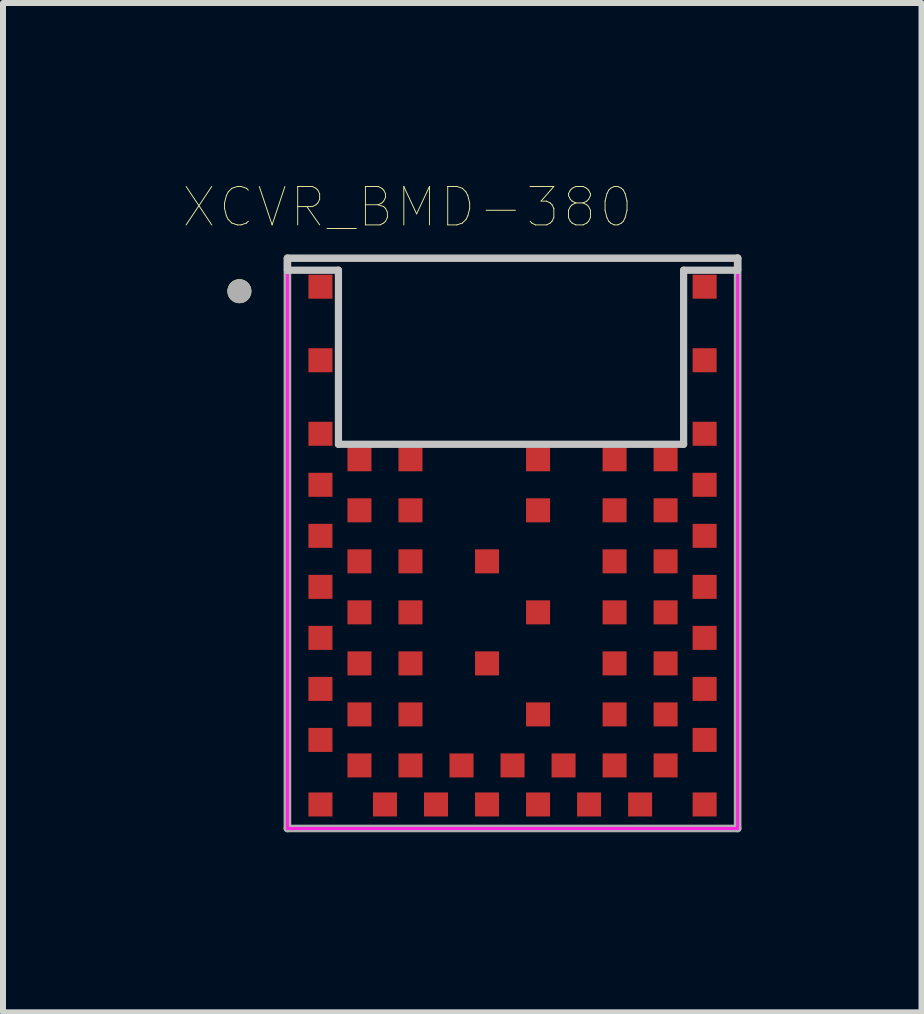
<source format=kicad_pcb>
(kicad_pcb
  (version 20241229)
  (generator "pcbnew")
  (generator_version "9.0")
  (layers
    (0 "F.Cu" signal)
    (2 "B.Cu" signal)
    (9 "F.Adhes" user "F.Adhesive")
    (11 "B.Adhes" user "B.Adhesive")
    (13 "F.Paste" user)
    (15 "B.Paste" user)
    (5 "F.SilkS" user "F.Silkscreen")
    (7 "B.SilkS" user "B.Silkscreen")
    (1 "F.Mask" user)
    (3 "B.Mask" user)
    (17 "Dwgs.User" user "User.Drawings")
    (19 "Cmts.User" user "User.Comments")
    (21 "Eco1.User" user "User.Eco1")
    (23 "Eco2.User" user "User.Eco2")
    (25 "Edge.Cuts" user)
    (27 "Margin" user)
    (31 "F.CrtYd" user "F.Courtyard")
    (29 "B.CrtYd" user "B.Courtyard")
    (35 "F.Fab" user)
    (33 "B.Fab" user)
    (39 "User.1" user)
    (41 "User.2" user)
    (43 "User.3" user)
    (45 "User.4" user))
  (footprint "XCVR_BMD-380"
    (layer "F.Cu")
    (at 5.488 6.001)
    (property "Reference" "XCVR_BMD-380" (at -1.75 -5.6 0) (layer "F.SilkS") (effects (font (size 0.64 0.64) (thickness 0.015))))
    (attr through_hole)
    (fp_line (start -3.75 -4.75) (end -3.75 4.75) (stroke (width 0.1) (type solid)) (layer "F.SilkS"))
    (fp_line (start -3.75 4.75) (end 3.75 4.75) (stroke (width 0.1) (type solid)) (layer "F.SilkS"))
    (fp_line (start 3.75 -4.75) (end -3.75 -4.75) (stroke (width 0.1) (type solid)) (layer "F.SilkS"))
    (fp_line (start 3.75 4.75) (end 3.75 -4.75) (stroke (width 0.1) (type solid)) (layer "F.SilkS"))
    (fp_circle (center -4.55 -4.2) (end -4.45 -4.2) (stroke (width 0.2) (type solid)) (fill no) (layer "F.SilkS"))
    (fp_line (start -3.75 -4.75) (end 3.75 -4.75) (stroke (width 0.02) (type solid)) (layer "Dwgs.User"))
    (fp_line (start -3.75 -4.55) (end -3.75 -4.7) (stroke (width 0.12) (type solid)) (layer "Dwgs.User"))
    (fp_line (start -2.9 -4.55) (end -3.75 -4.55) (stroke (width 0.12) (type solid)) (layer "Dwgs.User"))
    (fp_line (start -2.9 -1.65) (end -2.9 -4.55) (stroke (width 0.12) (type solid)) (layer "Dwgs.User"))
    (fp_line (start 2.85 -4.55) (end 2.85 -1.65) (stroke (width 0.12) (type solid)) (layer "Dwgs.User"))
    (fp_line (start 2.85 -1.65) (end -2.9 -1.65) (stroke (width 0.12) (type solid)) (layer "Dwgs.User"))
    (fp_line (start 3.75 -4.75) (end 3.75 -4.55) (stroke (width 0.12) (type solid)) (layer "Dwgs.User"))
    (fp_line (start 3.75 -4.55) (end 2.85 -4.55) (stroke (width 0.12) (type solid)) (layer "Dwgs.User"))
    (fp_poly (pts (xy 3.75 -4.55) (xy 2.85 -4.55) (xy 2.85 -1.65) (xy -2.9 -1.65) (xy -2.9 -4.55) (xy -3.75 -4.55) (xy -3.75 -4.75) (xy 3.75 -4.75)) (stroke (width 0.1) (type solid)) (fill no) (layer "Dwgs.User"))
    (fp_line (start -3.75 -4.75) (end 3.75 -4.75) (stroke (width 0.05) (type solid)) (layer "F.CrtYd"))
    (fp_line (start -3.75 4.75) (end -3.75 -4.75) (stroke (width 0.05) (type solid)) (layer "F.CrtYd"))
    (fp_line (start 3.75 -4.75) (end 3.75 4.75) (stroke (width 0.05) (type solid)) (layer "F.CrtYd"))
    (fp_line (start 3.75 4.75) (end -3.75 4.75) (stroke (width 0.05) (type solid)) (layer "F.CrtYd"))
    (fp_line (start -3.75 -4.75) (end -3.75 4.75) (stroke (width 0.127) (type solid)) (layer "F.Fab"))
    (fp_line (start -3.75 4.75) (end 3.75 4.75) (stroke (width 0.127) (type solid)) (layer "F.Fab"))
    (fp_line (start 3.75 -4.75) (end -3.75 -4.75) (stroke (width 0.127) (type solid)) (layer "F.Fab"))
    (fp_line (start 3.75 4.75) (end 3.75 -4.75) (stroke (width 0.127) (type solid)) (layer "F.Fab"))
    (fp_circle (center -4.55 -4.2) (end -4.45 -4.2) (stroke (width 0.2) (type solid)) (fill no) (layer "F.Fab"))
    (pad "1" smd rect (at -3.2 -4.275) (size 0.4 0.4) (layers "F.Cu" "F.Mask" "F.Paste"))
    (pad "2" smd rect (at -3.2 -3.05) (size 0.4 0.4) (layers "F.Cu" "F.Mask" "F.Paste"))
    (pad "3" smd rect (at -3.2 -1.825) (size 0.4 0.4) (layers "F.Cu" "F.Mask" "F.Paste"))
    (pad "4" smd rect (at -2.55 -1.4) (size 0.4 0.4) (layers "F.Cu" "F.Mask" "F.Paste"))
    (pad "5" smd rect (at -1.7 -1.4) (size 0.4 0.4) (layers "F.Cu" "F.Mask" "F.Paste"))
    (pad "6" smd rect (at -3.2 -0.975) (size 0.4 0.4) (layers "F.Cu" "F.Mask" "F.Paste"))
    (pad "7" smd rect (at -2.55 -0.55) (size 0.4 0.4) (layers "F.Cu" "F.Mask" "F.Paste"))
    (pad "8" smd rect (at -1.7 -0.55) (size 0.4 0.4) (layers "F.Cu" "F.Mask" "F.Paste"))
    (pad "9" smd rect (at -3.2 -0.125) (size 0.4 0.4) (layers "F.Cu" "F.Mask" "F.Paste"))
    (pad "10" smd rect (at -2.55 0.3) (size 0.4 0.4) (layers "F.Cu" "F.Mask" "F.Paste"))
    (pad "11" smd rect (at -1.7 0.3) (size 0.4 0.4) (layers "F.Cu" "F.Mask" "F.Paste"))
    (pad "12" smd rect (at -3.2 0.725) (size 0.4 0.4) (layers "F.Cu" "F.Mask" "F.Paste"))
    (pad "13" smd rect (at -2.55 1.15) (size 0.4 0.4) (layers "F.Cu" "F.Mask" "F.Paste"))
    (pad "14" smd rect (at -1.7 1.15) (size 0.4 0.4) (layers "F.Cu" "F.Mask" "F.Paste"))
    (pad "15" smd rect (at -3.2 1.575) (size 0.4 0.4) (layers "F.Cu" "F.Mask" "F.Paste"))
    (pad "16" smd rect (at -2.55 2) (size 0.4 0.4) (layers "F.Cu" "F.Mask" "F.Paste"))
    (pad "17" smd rect (at -1.7 2) (size 0.4 0.4) (layers "F.Cu" "F.Mask" "F.Paste"))
    (pad "18" smd rect (at -3.2 2.425) (size 0.4 0.4) (layers "F.Cu" "F.Mask" "F.Paste"))
    (pad "19" smd rect (at -2.55 2.85) (size 0.4 0.4) (layers "F.Cu" "F.Mask" "F.Paste"))
    (pad "20" smd rect (at -1.7 2.85) (size 0.4 0.4) (layers "F.Cu" "F.Mask" "F.Paste"))
    (pad "21" smd rect (at -3.2 3.275) (size 0.4 0.4) (layers "F.Cu" "F.Mask" "F.Paste"))
    (pad "22" smd rect (at -2.55 3.7) (size 0.4 0.4) (layers "F.Cu" "F.Mask" "F.Paste"))
    (pad "23" smd rect (at -3.2 4.35) (size 0.4 0.4) (layers "F.Cu" "F.Mask" "F.Paste"))
    (pad "24" smd rect (at -2.125 4.35) (size 0.4 0.4) (layers "F.Cu" "F.Mask" "F.Paste"))
    (pad "25" smd rect (at -1.7 3.7) (size 0.4 0.4) (layers "F.Cu" "F.Mask" "F.Paste"))
    (pad "26" smd rect (at -1.275 4.35) (size 0.4 0.4) (layers "F.Cu" "F.Mask" "F.Paste"))
    (pad "27" smd rect (at -0.85 3.7) (size 0.4 0.4) (layers "F.Cu" "F.Mask" "F.Paste"))
    (pad "28" smd rect (at -0.425 4.35) (size 0.4 0.4) (layers "F.Cu" "F.Mask" "F.Paste"))
    (pad "29" smd rect (at 0 3.7) (size 0.4 0.4) (layers "F.Cu" "F.Mask" "F.Paste"))
    (pad "30" smd rect (at 0.425 4.35) (size 0.4 0.4) (layers "F.Cu" "F.Mask" "F.Paste"))
    (pad "31" smd rect (at 0.85 3.7) (size 0.4 0.4) (layers "F.Cu" "F.Mask" "F.Paste"))
    (pad "32" smd rect (at 1.275 4.35) (size 0.4 0.4) (layers "F.Cu" "F.Mask" "F.Paste"))
    (pad "33" smd rect (at 1.7 3.7) (size 0.4 0.4) (layers "F.Cu" "F.Mask" "F.Paste"))
    (pad "34" smd rect (at 2.125 4.35) (size 0.4 0.4) (layers "F.Cu" "F.Mask" "F.Paste"))
    (pad "35" smd rect (at 3.2 4.35) (size 0.4 0.4) (layers "F.Cu" "F.Mask" "F.Paste"))
    (pad "36" smd rect (at 2.55 3.7) (size 0.4 0.4) (layers "F.Cu" "F.Mask" "F.Paste"))
    (pad "37" smd rect (at 3.2 3.275) (size 0.4 0.4) (layers "F.Cu" "F.Mask" "F.Paste"))
    (pad "38" smd rect (at 2.55 2.85) (size 0.4 0.4) (layers "F.Cu" "F.Mask" "F.Paste"))
    (pad "39" smd rect (at 1.7 2.85) (size 0.4 0.4) (layers "F.Cu" "F.Mask" "F.Paste"))
    (pad "40" smd rect (at 3.2 2.425) (size 0.4 0.4) (layers "F.Cu" "F.Mask" "F.Paste"))
    (pad "41" smd rect (at 2.55 2) (size 0.4 0.4) (layers "F.Cu" "F.Mask" "F.Paste"))
    (pad "42" smd rect (at 1.7 2) (size 0.4 0.4) (layers "F.Cu" "F.Mask" "F.Paste"))
    (pad "43" smd rect (at 3.2 1.575) (size 0.4 0.4) (layers "F.Cu" "F.Mask" "F.Paste"))
    (pad "44" smd rect (at 2.55 1.15) (size 0.4 0.4) (layers "F.Cu" "F.Mask" "F.Paste"))
    (pad "45" smd rect (at 1.7 1.15) (size 0.4 0.4) (layers "F.Cu" "F.Mask" "F.Paste"))
    (pad "46" smd rect (at 3.2 0.725) (size 0.4 0.4) (layers "F.Cu" "F.Mask" "F.Paste"))
    (pad "47" smd rect (at 2.55 0.3) (size 0.4 0.4) (layers "F.Cu" "F.Mask" "F.Paste"))
    (pad "48" smd rect (at 1.7 0.3) (size 0.4 0.4) (layers "F.Cu" "F.Mask" "F.Paste"))
    (pad "49" smd rect (at 3.2 -0.125) (size 0.4 0.4) (layers "F.Cu" "F.Mask" "F.Paste"))
    (pad "50" smd rect (at 2.55 -0.55) (size 0.4 0.4) (layers "F.Cu" "F.Mask" "F.Paste"))
    (pad "51" smd rect (at 1.7 -0.55) (size 0.4 0.4) (layers "F.Cu" "F.Mask" "F.Paste"))
    (pad "52" smd rect (at 3.2 -0.975) (size 0.4 0.4) (layers "F.Cu" "F.Mask" "F.Paste"))
    (pad "53" smd rect (at 2.55 -1.4) (size 0.4 0.4) (layers "F.Cu" "F.Mask" "F.Paste"))
    (pad "54" smd rect (at 1.7 -1.4) (size 0.4 0.4) (layers "F.Cu" "F.Mask" "F.Paste"))
    (pad "55" smd rect (at 3.2 -1.825) (size 0.4 0.4) (layers "F.Cu" "F.Mask" "F.Paste"))
    (pad "56" smd rect (at 3.2 -3.05) (size 0.4 0.4) (layers "F.Cu" "F.Mask" "F.Paste"))
    (pad "57" smd rect (at 3.2 -4.275) (size 0.4 0.4) (layers "F.Cu" "F.Mask" "F.Paste"))
    (pad "58" smd rect (at 0.425 -1.4) (size 0.4 0.4) (layers "F.Cu" "F.Mask" "F.Paste"))
    (pad "59" smd rect (at 0.425 -0.55) (size 0.4 0.4) (layers "F.Cu" "F.Mask" "F.Paste"))
    (pad "60" smd rect (at -0.425 0.3) (size 0.4 0.4) (layers "F.Cu" "F.Mask" "F.Paste"))
    (pad "61" smd rect (at 0.425 1.15) (size 0.4 0.4) (layers "F.Cu" "F.Mask" "F.Paste"))
    (pad "62" smd rect (at -0.425 2) (size 0.4 0.4) (layers "F.Cu" "F.Mask" "F.Paste"))
    (pad "63" smd rect (at 0.425 2.85) (size 0.4 0.4) (layers "F.Cu" "F.Mask" "F.Paste")))
  (gr_rect
    (start -3 -3)
    (end 12.301 13.814)
    (stroke (width 0.1) (type default))
    (fill no)
    (layer "Edge.Cuts")))
</source>
